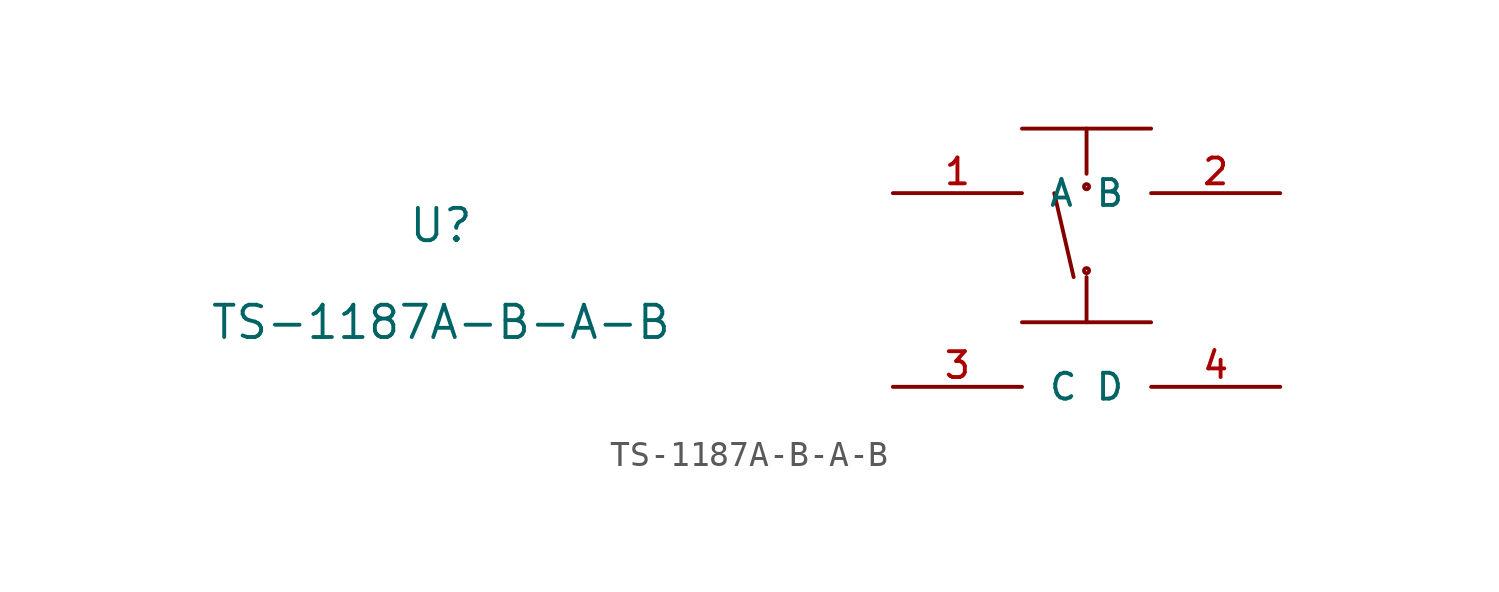
<source format=kicad_sym>
(kicad_symbol_lib
  (version 20220101)
  (generator kicad_symbol_editor)
  (symbol "TS-1187A-B-A-B"
    (pin_names
      (offset 1.016))
    (property "Reference" "U"
      (at 0 1.27 0)
      (effects (font (size 1.27 1.27))))
    (property "Value" "TS-1187A-B-A-B"
      (at 0 -2.54 0)
      (effects (font (size 1.27 1.27))))
    (symbol "TS-1187A-B-A-B_1_0"
      (polyline (pts (xy 22.86 -2.54) (xy 27.94 -2.54)) (stroke (width 0) (type default)) (fill (type none)))
      (polyline (pts (xy 22.86 5.08) (xy 27.94 5.08)) (stroke (width 0) (type default)) (fill (type none)))
      (polyline (pts (xy 24.892 -0.762) (xy 24.13 2.54)) (stroke (width 0) (type default)) (fill (type none)))
      (polyline (pts (xy 25.4 -0.762) (xy 25.4 -2.54)) (stroke (width 0) (type default)) (fill (type none)))
      (polyline (pts (xy 25.4 3.302) (xy 25.4 5.08)) (stroke (width 0) (type default)) (fill (type none)))
      (circle (center 25.4 -0.508) (radius 0.025) (stroke (width 0) (type default)) (fill (type background)))
      (circle (center 25.4 2.794) (radius 0.025) (stroke (width 0) (type default)) (fill (type background)))
      (pin unspecified line (at 17.78 2.54 0) (length 5.08) (name "A" (effects (font (size 1.016 1.016)))) (number "1" (effects (font (size 1.016 1.016)))))
      (pin unspecified line (at 33.02 2.54 180) (length 5.08) (name "B" (effects (font (size 1.016 1.016)))) (number "2" (effects (font (size 1.016 1.016)))))
      (pin unspecified line (at 17.78 -5.08 0) (length 5.08) (name "C" (effects (font (size 1.016 1.016)))) (number "3" (effects (font (size 1.016 1.016)))))
      (pin unspecified line (at 33.02 -5.08 180) (length 5.08) (name "D" (effects (font (size 1.016 1.016)))) (number "4" (effects (font (size 1.016 1.016))))))))
</source>
